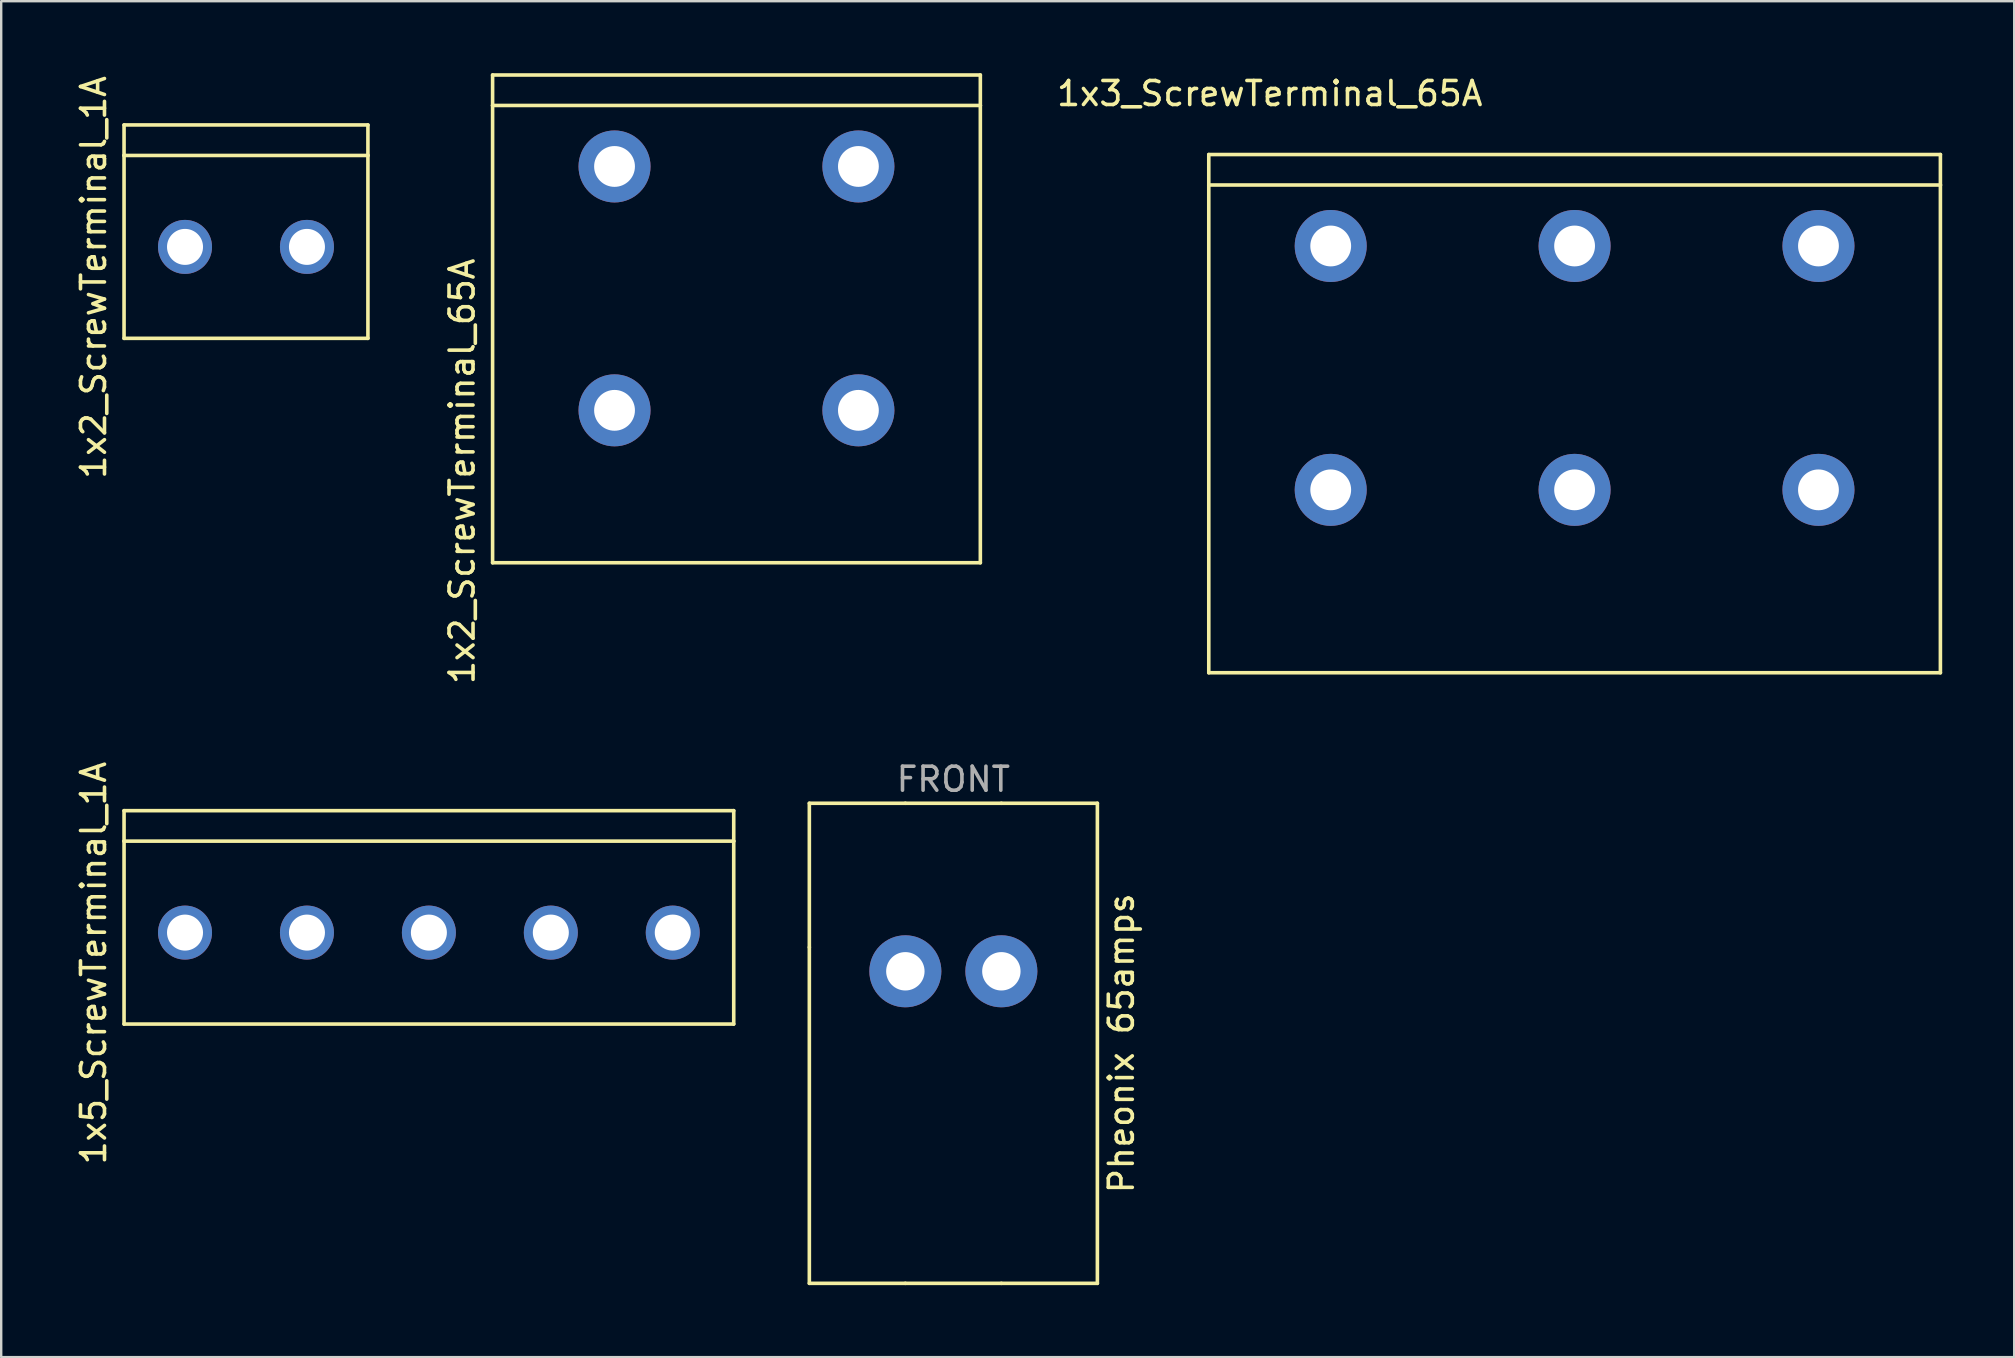
<source format=kicad_pcb>
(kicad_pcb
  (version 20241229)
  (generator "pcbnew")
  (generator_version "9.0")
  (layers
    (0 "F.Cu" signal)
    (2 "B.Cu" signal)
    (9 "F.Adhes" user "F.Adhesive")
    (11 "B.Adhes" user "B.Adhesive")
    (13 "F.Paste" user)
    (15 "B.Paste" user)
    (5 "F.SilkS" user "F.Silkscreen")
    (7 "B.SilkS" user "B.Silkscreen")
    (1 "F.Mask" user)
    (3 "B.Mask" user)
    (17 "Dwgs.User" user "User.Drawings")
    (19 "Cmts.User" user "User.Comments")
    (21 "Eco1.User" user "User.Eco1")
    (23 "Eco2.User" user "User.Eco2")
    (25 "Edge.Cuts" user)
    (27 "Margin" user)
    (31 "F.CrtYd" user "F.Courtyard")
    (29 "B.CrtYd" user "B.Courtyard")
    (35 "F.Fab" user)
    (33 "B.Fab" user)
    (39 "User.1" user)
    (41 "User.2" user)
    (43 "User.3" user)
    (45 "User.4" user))
  (footprint "1x2_ScrewTerminal_1A"
    (layer "F.Cu")
    (at 4.658 7.236)
    (property "Reference" "1x2_ScrewTerminal_1A" (at -3.81 1.27 90) (layer "F.SilkS") (effects (font (size 1 1) (thickness 0.15))))
    (attr through_hole)
    (fp_line (start -2.54 -5.08) (end 7.62 -5.08) (stroke (width 0.15) (type solid)) (layer "F.SilkS"))
    (fp_line (start -2.54 -3.81) (end -2.54 -5.08) (stroke (width 0.15) (type solid)) (layer "F.SilkS"))
    (fp_line (start -2.54 -3.81) (end -2.54 3.81) (stroke (width 0.15) (type solid)) (layer "F.SilkS"))
    (fp_line (start -2.54 3.81) (end 7.62 3.81) (stroke (width 0.15) (type solid)) (layer "F.SilkS"))
    (fp_line (start 7.62 -5.08) (end 7.62 -3.81) (stroke (width 0.15) (type solid)) (layer "F.SilkS"))
    (fp_line (start 7.62 -3.81) (end -2.54 -3.81) (stroke (width 0.15) (type solid)) (layer "F.SilkS"))
    (fp_line (start 7.62 3.81) (end 7.62 -3.81) (stroke (width 0.15) (type solid)) (layer "F.SilkS"))
    (pad "1" thru_hole circle (at 0 0) (size 2.25 2.25) (drill 1.5) (layers "*.Cu" "*.Mask"))
    (pad "2" thru_hole circle (at 5.08 0) (size 2.25 2.25) (drill 1.5) (layers "*.Cu" "*.Mask")))
  (footprint "1x3_ScrewTerminal_65A"
    (layer "F.Cu")
    (at 52.389 7.198)
    (property "Reference" "1x3_ScrewTerminal_65A" (at -2.54 -6.35 0) (layer "F.SilkS") (effects (font (size 1 1) (thickness 0.15))))
    (attr through_hole)
    (fp_line (start -5.08 -3.81) (end 25.4 -3.81) (stroke (width 0.15) (type solid)) (layer "F.SilkS"))
    (fp_line (start -5.08 -2.54) (end -5.08 -3.81) (stroke (width 0.15) (type solid)) (layer "F.SilkS"))
    (fp_line (start -5.08 -2.54) (end -5.08 17.78) (stroke (width 0.15) (type solid)) (layer "F.SilkS"))
    (fp_line (start -5.08 17.78) (end 25.4 17.78) (stroke (width 0.15) (type solid)) (layer "F.SilkS"))
    (fp_line (start 25.4 -3.81) (end 25.4 -2.54) (stroke (width 0.15) (type solid)) (layer "F.SilkS"))
    (fp_line (start 25.4 -2.54) (end -5.08 -2.54) (stroke (width 0.15) (type solid)) (layer "F.SilkS"))
    (fp_line (start 25.4 17.78) (end 25.4 -2.54) (stroke (width 0.15) (type solid)) (layer "F.SilkS"))
    (pad "1" thru_hole circle (at 0 0) (size 3 3) (drill 1.7) (layers "*.Cu" "*.Mask"))
    (pad "1" thru_hole circle (at 0 10.16) (size 3 3) (drill 1.7) (layers "*.Cu" "*.Mask"))
    (pad "2" thru_hole circle (at 10.16 0) (size 3 3) (drill 1.7) (layers "*.Cu" "*.Mask"))
    (pad "2" thru_hole circle (at 10.16 10.16) (size 3 3) (drill 1.7) (layers "*.Cu" "*.Mask"))
    (pad "3" thru_hole circle (at 20.32 0) (size 3 3) (drill 1.7) (layers "*.Cu" "*.Mask"))
    (pad "3" thru_hole circle (at 20.32 10.16) (size 3 3) (drill 1.7) (layers "*.Cu" "*.Mask")))
  (footprint "1x2_ScrewTerminal_65A"
    (layer "F.Cu")
    (at 22.552 3.885)
    (property "Reference" "1x2_ScrewTerminal_65A" (at -6.35 12.7 90) (layer "F.SilkS") (effects (font (size 1 1) (thickness 0.15))))
    (attr through_hole)
    (fp_line (start -5.08 -3.81) (end 15.24 -3.81) (stroke (width 0.15) (type solid)) (layer "F.SilkS"))
    (fp_line (start -5.08 -2.54) (end -5.08 -3.81) (stroke (width 0.15) (type solid)) (layer "F.SilkS"))
    (fp_line (start -5.08 -2.54) (end -5.08 16.51) (stroke (width 0.15) (type solid)) (layer "F.SilkS"))
    (fp_line (start -5.08 16.51) (end 15.24 16.51) (stroke (width 0.15) (type solid)) (layer "F.SilkS"))
    (fp_line (start 15.24 -3.81) (end 15.24 -2.54) (stroke (width 0.15) (type solid)) (layer "F.SilkS"))
    (fp_line (start 15.24 -2.54) (end -5.08 -2.54) (stroke (width 0.15) (type solid)) (layer "F.SilkS"))
    (fp_line (start 15.24 16.51) (end 15.24 -2.54) (stroke (width 0.15) (type solid)) (layer "F.SilkS"))
    (pad "1" thru_hole circle (at 0 0) (size 3 3) (drill 1.7) (layers "*.Cu" "*.Mask"))
    (pad "2" thru_hole circle (at 10.16 0) (size 3 3) (drill 1.7) (layers "*.Cu" "*.Mask"))
    (pad "3" thru_hole circle (at 0 10.16) (size 3 3) (drill 1.7) (layers "*.Cu" "*.Mask"))
    (pad "4" thru_hole circle (at 10.16 10.16) (size 3 3) (drill 1.7) (layers "*.Cu" "*.Mask")))
  (footprint "1x5_ScrewTerminal_1A"
    (layer "F.Cu")
    (at 4.658 35.803)
    (property "Reference" "1x5_ScrewTerminal_1A" (at -3.81 1.27 90) (layer "F.SilkS") (effects (font (size 1 1) (thickness 0.15))))
    (attr through_hole)
    (fp_line (start -2.54 -5.08) (end 22.86 -5.08) (stroke (width 0.15) (type solid)) (layer "F.SilkS"))
    (fp_line (start -2.54 -3.81) (end -2.54 -5.08) (stroke (width 0.15) (type solid)) (layer "F.SilkS"))
    (fp_line (start -2.54 -3.81) (end 22.86 -3.81) (stroke (width 0.15) (type solid)) (layer "F.SilkS"))
    (fp_line (start -2.54 3.81) (end -2.54 -3.81) (stroke (width 0.15) (type solid)) (layer "F.SilkS"))
    (fp_line (start 22.86 -5.08) (end 22.86 -3.81) (stroke (width 0.15) (type solid)) (layer "F.SilkS"))
    (fp_line (start 22.86 -3.81) (end 22.86 3.81) (stroke (width 0.15) (type solid)) (layer "F.SilkS"))
    (fp_line (start 22.86 3.81) (end -2.54 3.81) (stroke (width 0.15) (type solid)) (layer "F.SilkS"))
    (pad "1" thru_hole circle (at 0 0) (size 2.25 2.25) (drill 1.5) (layers "*.Cu" "*.Mask"))
    (pad "2" thru_hole circle (at 5.08 0) (size 2.25 2.25) (drill 1.5) (layers "*.Cu" "*.Mask"))
    (pad "3" thru_hole circle (at 10.16 0) (size 2.25 2.25) (drill 1.5) (layers "*.Cu" "*.Mask"))
    (pad "4" thru_hole circle (at 15.24 0) (size 2.25 2.25) (drill 1.5) (layers "*.Cu" "*.Mask"))
    (pad "5" thru_hole circle (at 20.32 0) (size 2.25 2.25) (drill 1.5) (layers "*.Cu" "*.Mask")))
  (footprint "Pheonix 65amps"
    (layer "F.Cu")
    (at 34.668 37.415)
    (property "Reference" "Pheonix 65amps" (at 9 3 90) (layer "F.SilkS") (effects (font (size 1 1) (thickness 0.15))))
    (attr through_hole)
    (fp_line (start -4 -7) (end 0 -7) (stroke (width 0.15) (type solid)) (layer "F.SilkS"))
    (fp_line (start -4 -1) (end -4 -7) (stroke (width 0.15) (type solid)) (layer "F.SilkS"))
    (fp_line (start -4 13) (end -4 -1) (stroke (width 0.15) (type solid)) (layer "F.SilkS"))
    (fp_line (start 0 -7) (end 4 -7) (stroke (width 0.15) (type solid)) (layer "F.SilkS"))
    (fp_line (start 0 13) (end -4 13) (stroke (width 0.15) (type solid)) (layer "F.SilkS"))
    (fp_line (start 0 13) (end 4 13) (stroke (width 0.15) (type solid)) (layer "F.SilkS"))
    (fp_line (start 4 -7) (end 8 -7) (stroke (width 0.15) (type solid)) (layer "F.SilkS"))
    (fp_line (start 4 13) (end 8 13) (stroke (width 0.15) (type solid)) (layer "F.SilkS"))
    (fp_line (start 8 13) (end 8 -7) (stroke (width 0.15) (type solid)) (layer "F.SilkS"))
    (fp_text user "FRONT" (at 2 -8 0) (layer "F.Fab") (effects (font (size 1 1) (thickness 0.15))))
    (pad "1" thru_hole circle (at 0 0) (size 3 3) (drill 1.6) (layers "*.Cu" "*.Mask"))
    (pad "1" thru_hole circle (at 4 0) (size 3 3) (drill 1.6) (layers "*.Cu" "*.Mask")))
  (gr_rect
    (start -3 -3)
    (end 80.864 53.49)
    (stroke (width 0.1) (type default))
    (fill no)
    (layer "Edge.Cuts")))
</source>
